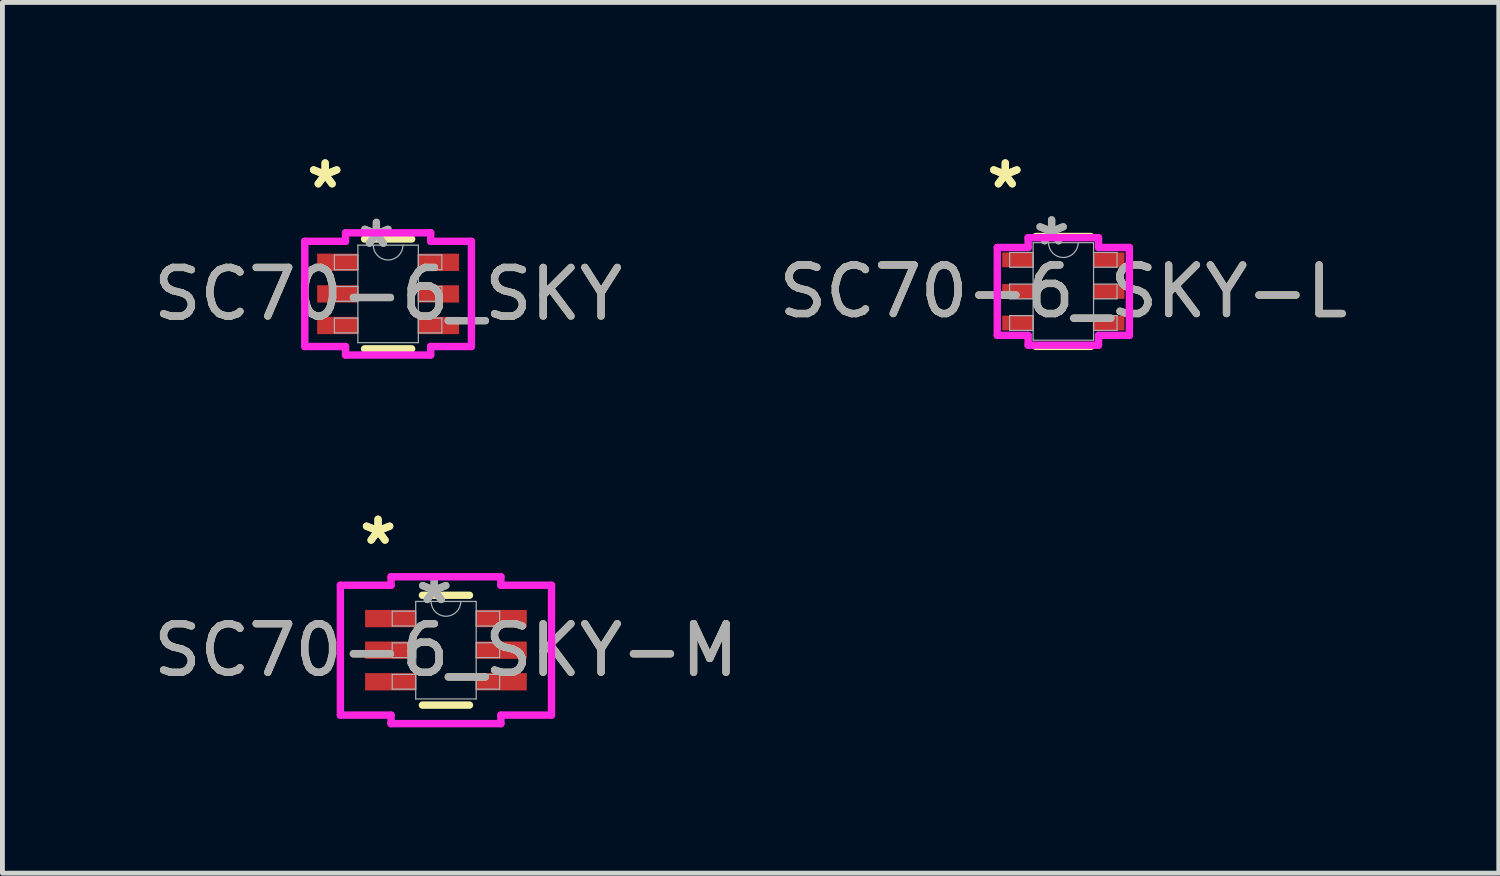
<source format=kicad_pcb>
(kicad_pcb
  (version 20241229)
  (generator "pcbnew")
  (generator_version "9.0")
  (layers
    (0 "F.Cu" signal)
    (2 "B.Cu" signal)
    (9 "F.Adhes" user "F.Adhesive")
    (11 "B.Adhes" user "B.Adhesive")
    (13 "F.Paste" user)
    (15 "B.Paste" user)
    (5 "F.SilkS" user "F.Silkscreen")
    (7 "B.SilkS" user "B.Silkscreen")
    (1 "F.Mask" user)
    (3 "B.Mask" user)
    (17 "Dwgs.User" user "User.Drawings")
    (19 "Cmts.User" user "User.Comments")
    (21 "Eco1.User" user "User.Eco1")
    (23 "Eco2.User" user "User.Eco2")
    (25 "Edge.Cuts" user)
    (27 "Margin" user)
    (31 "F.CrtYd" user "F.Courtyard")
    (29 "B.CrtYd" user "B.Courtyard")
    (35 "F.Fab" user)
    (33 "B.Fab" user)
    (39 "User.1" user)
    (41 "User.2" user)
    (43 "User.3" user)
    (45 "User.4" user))
  (footprint "SC70-6_SKY-M"
    (layer "F.Cu")
    (at 6.125 10.327)
    (property "Reference" "SC70-6_SKY-M" (at 0 0 0) (unlocked yes) (layer "F.SilkS") (effects (font (size 1 1) (thickness 0.15))))
    (attr smd)
    (fp_line (start -0.484 1.13) (end 0.484 1.13) (stroke (width 0.152) (type solid)) (layer "F.SilkS"))
    (fp_line (start 0.484 -1.13) (end -0.484 -1.13) (stroke (width 0.152) (type solid)) (layer "F.SilkS"))
    (fp_line (start -2.172 -1.336) (end -1.13 -1.336) (stroke (width 0.152) (type solid)) (layer "F.CrtYd"))
    (fp_line (start -2.172 1.336) (end -2.172 -1.336) (stroke (width 0.152) (type solid)) (layer "F.CrtYd"))
    (fp_line (start -2.172 1.336) (end -1.13 1.336) (stroke (width 0.152) (type solid)) (layer "F.CrtYd"))
    (fp_line (start -1.13 -1.511) (end 1.13 -1.511) (stroke (width 0.152) (type solid)) (layer "F.CrtYd"))
    (fp_line (start -1.13 -1.336) (end -1.13 -1.511) (stroke (width 0.152) (type solid)) (layer "F.CrtYd"))
    (fp_line (start -1.13 1.511) (end -1.13 1.336) (stroke (width 0.152) (type solid)) (layer "F.CrtYd"))
    (fp_line (start 1.13 -1.511) (end 1.13 -1.336) (stroke (width 0.152) (type solid)) (layer "F.CrtYd"))
    (fp_line (start 1.13 1.336) (end 1.13 1.511) (stroke (width 0.152) (type solid)) (layer "F.CrtYd"))
    (fp_line (start 1.13 1.511) (end -1.13 1.511) (stroke (width 0.152) (type solid)) (layer "F.CrtYd"))
    (fp_line (start 2.172 -1.336) (end 1.13 -1.336) (stroke (width 0.152) (type solid)) (layer "F.CrtYd"))
    (fp_line (start 2.172 -1.336) (end 2.172 1.336) (stroke (width 0.152) (type solid)) (layer "F.CrtYd"))
    (fp_line (start 2.172 1.336) (end 1.13 1.336) (stroke (width 0.152) (type solid)) (layer "F.CrtYd"))
    (fp_line (start -1.105 -0.802) (end -1.105 -0.498) (stroke (width 0.025) (type solid)) (layer "F.Fab"))
    (fp_line (start -1.105 -0.498) (end -0.622 -0.498) (stroke (width 0.025) (type solid)) (layer "F.Fab"))
    (fp_line (start -1.105 -0.152) (end -1.105 0.152) (stroke (width 0.025) (type solid)) (layer "F.Fab"))
    (fp_line (start -1.105 0.152) (end -0.622 0.152) (stroke (width 0.025) (type solid)) (layer "F.Fab"))
    (fp_line (start -1.105 0.498) (end -1.105 0.802) (stroke (width 0.025) (type solid)) (layer "F.Fab"))
    (fp_line (start -1.105 0.802) (end -0.622 0.802) (stroke (width 0.025) (type solid)) (layer "F.Fab"))
    (fp_line (start -0.622 -1.003) (end -0.622 1.003) (stroke (width 0.025) (type solid)) (layer "F.Fab"))
    (fp_line (start -0.622 -0.802) (end -1.105 -0.802) (stroke (width 0.025) (type solid)) (layer "F.Fab"))
    (fp_line (start -0.622 -0.498) (end -0.622 -0.802) (stroke (width 0.025) (type solid)) (layer "F.Fab"))
    (fp_line (start -0.622 -0.152) (end -1.105 -0.152) (stroke (width 0.025) (type solid)) (layer "F.Fab"))
    (fp_line (start -0.622 0.152) (end -0.622 -0.152) (stroke (width 0.025) (type solid)) (layer "F.Fab"))
    (fp_line (start -0.622 0.498) (end -1.105 0.498) (stroke (width 0.025) (type solid)) (layer "F.Fab"))
    (fp_line (start -0.622 0.802) (end -0.622 0.498) (stroke (width 0.025) (type solid)) (layer "F.Fab"))
    (fp_line (start -0.622 1.003) (end 0.622 1.003) (stroke (width 0.025) (type solid)) (layer "F.Fab"))
    (fp_line (start 0.622 -1.003) (end -0.622 -1.003) (stroke (width 0.025) (type solid)) (layer "F.Fab"))
    (fp_line (start 0.622 -0.802) (end 0.622 -0.498) (stroke (width 0.025) (type solid)) (layer "F.Fab"))
    (fp_line (start 0.622 -0.498) (end 1.105 -0.498) (stroke (width 0.025) (type solid)) (layer "F.Fab"))
    (fp_line (start 0.622 -0.152) (end 0.622 0.152) (stroke (width 0.025) (type solid)) (layer "F.Fab"))
    (fp_line (start 0.622 0.152) (end 1.105 0.152) (stroke (width 0.025) (type solid)) (layer "F.Fab"))
    (fp_line (start 0.622 0.498) (end 0.622 0.802) (stroke (width 0.025) (type solid)) (layer "F.Fab"))
    (fp_line (start 0.622 0.802) (end 1.105 0.802) (stroke (width 0.025) (type solid)) (layer "F.Fab"))
    (fp_line (start 0.622 1.003) (end 0.622 -1.003) (stroke (width 0.025) (type solid)) (layer "F.Fab"))
    (fp_line (start 1.105 -0.802) (end 0.622 -0.802) (stroke (width 0.025) (type solid)) (layer "F.Fab"))
    (fp_line (start 1.105 -0.498) (end 1.105 -0.802) (stroke (width 0.025) (type solid)) (layer "F.Fab"))
    (fp_line (start 1.105 -0.152) (end 0.622 -0.152) (stroke (width 0.025) (type solid)) (layer "F.Fab"))
    (fp_line (start 1.105 0.152) (end 1.105 -0.152) (stroke (width 0.025) (type solid)) (layer "F.Fab"))
    (fp_line (start 1.105 0.498) (end 0.622 0.498) (stroke (width 0.025) (type solid)) (layer "F.Fab"))
    (fp_line (start 1.105 0.802) (end 1.105 0.498) (stroke (width 0.025) (type solid)) (layer "F.Fab"))
    (fp_arc (start 0.3048 -1.0033) (mid 0 -0.6985) (end -0.3048 -1.0033) (stroke (width 0.0254) (type solid)) (layer "F.Fab"))
    (fp_text user "*" (at -1.397 -2.149 0) (unlocked yes) (layer "F.SilkS") (effects (font (size 1 1) (thickness 0.15))))
    (fp_text user "*" (at -1.397 -2.149 0) (layer "F.SilkS") (effects (font (size 1 1) (thickness 0.15))))
    (fp_text user "*" (at -0.241 -0.927 0) (unlocked yes) (layer "F.Fab") (effects (font (size 1 1) (thickness 0.15))))
    (fp_text user "${REFERENCE}" (at 0 0 0) (unlocked yes) (layer "F.Fab") (effects (font (size 1 1) (thickness 0.15))))
    (fp_text user "*" (at -0.241 -0.927 0) (layer "F.Fab") (effects (font (size 1 1) (thickness 0.15))))
    (pad "1" smd rect (at -1.143 -0.65) (size 1.041 0.356) (layers "F.Cu" "F.Mask" "F.Paste"))
    (pad "2" smd rect (at -1.143 0) (size 1.041 0.356) (layers "F.Cu" "F.Mask" "F.Paste"))
    (pad "3" smd rect (at -1.143 0.65) (size 1.041 0.356) (layers "F.Cu" "F.Mask" "F.Paste"))
    (pad "4" smd rect (at 1.143 0.65) (size 1.041 0.356) (layers "F.Cu" "F.Mask" "F.Paste"))
    (pad "5" smd rect (at 1.143 0) (size 1.041 0.356) (layers "F.Cu" "F.Mask" "F.Paste"))
    (pad "6" smd rect (at 1.143 -0.65) (size 1.041 0.356) (layers "F.Cu" "F.Mask" "F.Paste")))
  (footprint "SC70-6_SKY"
    (layer "F.Cu")
    (at 4.935 2.997)
    (property "Reference" "SC70-6_SKY" (at 0 0 0) (unlocked yes) (layer "F.SilkS") (effects (font (size 1 1) (thickness 0.15))))
    (attr smd)
    (fp_line (start -0.484 1.13) (end 0.484 1.13) (stroke (width 0.152) (type solid)) (layer "F.SilkS"))
    (fp_line (start 0.484 -1.13) (end -0.484 -1.13) (stroke (width 0.152) (type solid)) (layer "F.SilkS"))
    (fp_line (start -1.714 -1.082) (end -0.876 -1.082) (stroke (width 0.152) (type solid)) (layer "F.CrtYd"))
    (fp_line (start -1.714 1.082) (end -1.714 -1.082) (stroke (width 0.152) (type solid)) (layer "F.CrtYd"))
    (fp_line (start -1.714 1.082) (end -0.876 1.082) (stroke (width 0.152) (type solid)) (layer "F.CrtYd"))
    (fp_line (start -0.876 -1.257) (end 0.876 -1.257) (stroke (width 0.152) (type solid)) (layer "F.CrtYd"))
    (fp_line (start -0.876 -1.082) (end -0.876 -1.257) (stroke (width 0.152) (type solid)) (layer "F.CrtYd"))
    (fp_line (start -0.876 1.257) (end -0.876 1.082) (stroke (width 0.152) (type solid)) (layer "F.CrtYd"))
    (fp_line (start 0.876 -1.257) (end 0.876 -1.082) (stroke (width 0.152) (type solid)) (layer "F.CrtYd"))
    (fp_line (start 0.876 1.082) (end 0.876 1.257) (stroke (width 0.152) (type solid)) (layer "F.CrtYd"))
    (fp_line (start 0.876 1.257) (end -0.876 1.257) (stroke (width 0.152) (type solid)) (layer "F.CrtYd"))
    (fp_line (start 1.714 -1.082) (end 0.876 -1.082) (stroke (width 0.152) (type solid)) (layer "F.CrtYd"))
    (fp_line (start 1.714 -1.082) (end 1.714 1.082) (stroke (width 0.152) (type solid)) (layer "F.CrtYd"))
    (fp_line (start 1.714 1.082) (end 0.876 1.082) (stroke (width 0.152) (type solid)) (layer "F.CrtYd"))
    (fp_line (start -1.105 -0.802) (end -1.105 -0.498) (stroke (width 0.025) (type solid)) (layer "F.Fab"))
    (fp_line (start -1.105 -0.498) (end -0.622 -0.498) (stroke (width 0.025) (type solid)) (layer "F.Fab"))
    (fp_line (start -1.105 -0.152) (end -1.105 0.152) (stroke (width 0.025) (type solid)) (layer "F.Fab"))
    (fp_line (start -1.105 0.152) (end -0.622 0.152) (stroke (width 0.025) (type solid)) (layer "F.Fab"))
    (fp_line (start -1.105 0.498) (end -1.105 0.802) (stroke (width 0.025) (type solid)) (layer "F.Fab"))
    (fp_line (start -1.105 0.802) (end -0.622 0.802) (stroke (width 0.025) (type solid)) (layer "F.Fab"))
    (fp_line (start -0.622 -1.003) (end -0.622 1.003) (stroke (width 0.025) (type solid)) (layer "F.Fab"))
    (fp_line (start -0.622 -0.802) (end -1.105 -0.802) (stroke (width 0.025) (type solid)) (layer "F.Fab"))
    (fp_line (start -0.622 -0.498) (end -0.622 -0.802) (stroke (width 0.025) (type solid)) (layer "F.Fab"))
    (fp_line (start -0.622 -0.152) (end -1.105 -0.152) (stroke (width 0.025) (type solid)) (layer "F.Fab"))
    (fp_line (start -0.622 0.152) (end -0.622 -0.152) (stroke (width 0.025) (type solid)) (layer "F.Fab"))
    (fp_line (start -0.622 0.498) (end -1.105 0.498) (stroke (width 0.025) (type solid)) (layer "F.Fab"))
    (fp_line (start -0.622 0.802) (end -0.622 0.498) (stroke (width 0.025) (type solid)) (layer "F.Fab"))
    (fp_line (start -0.622 1.003) (end 0.622 1.003) (stroke (width 0.025) (type solid)) (layer "F.Fab"))
    (fp_line (start 0.622 -1.003) (end -0.622 -1.003) (stroke (width 0.025) (type solid)) (layer "F.Fab"))
    (fp_line (start 0.622 -0.802) (end 0.622 -0.498) (stroke (width 0.025) (type solid)) (layer "F.Fab"))
    (fp_line (start 0.622 -0.498) (end 1.105 -0.498) (stroke (width 0.025) (type solid)) (layer "F.Fab"))
    (fp_line (start 0.622 -0.152) (end 0.622 0.152) (stroke (width 0.025) (type solid)) (layer "F.Fab"))
    (fp_line (start 0.622 0.152) (end 1.105 0.152) (stroke (width 0.025) (type solid)) (layer "F.Fab"))
    (fp_line (start 0.622 0.498) (end 0.622 0.802) (stroke (width 0.025) (type solid)) (layer "F.Fab"))
    (fp_line (start 0.622 0.802) (end 1.105 0.802) (stroke (width 0.025) (type solid)) (layer "F.Fab"))
    (fp_line (start 0.622 1.003) (end 0.622 -1.003) (stroke (width 0.025) (type solid)) (layer "F.Fab"))
    (fp_line (start 1.105 -0.802) (end 0.622 -0.802) (stroke (width 0.025) (type solid)) (layer "F.Fab"))
    (fp_line (start 1.105 -0.498) (end 1.105 -0.802) (stroke (width 0.025) (type solid)) (layer "F.Fab"))
    (fp_line (start 1.105 -0.152) (end 0.622 -0.152) (stroke (width 0.025) (type solid)) (layer "F.Fab"))
    (fp_line (start 1.105 0.152) (end 1.105 -0.152) (stroke (width 0.025) (type solid)) (layer "F.Fab"))
    (fp_line (start 1.105 0.498) (end 0.622 0.498) (stroke (width 0.025) (type solid)) (layer "F.Fab"))
    (fp_line (start 1.105 0.802) (end 1.105 0.498) (stroke (width 0.025) (type solid)) (layer "F.Fab"))
    (fp_arc (start 0.3048 -1.0033) (mid 0 -0.6985) (end -0.3048 -1.0033) (stroke (width 0.0254) (type solid)) (layer "F.Fab"))
    (fp_text user "*" (at -1.295 -2.149 0) (unlocked yes) (layer "F.SilkS") (effects (font (size 1 1) (thickness 0.15))))
    (fp_text user "*" (at -1.295 -2.149 0) (layer "F.SilkS") (effects (font (size 1 1) (thickness 0.15))))
    (fp_text user "${REFERENCE}" (at 0 0 0) (unlocked yes) (layer "F.Fab") (effects (font (size 1 1) (thickness 0.15))))
    (fp_text user "*" (at -0.241 -0.927 0) (unlocked yes) (layer "F.Fab") (effects (font (size 1 1) (thickness 0.15))))
    (fp_text user "*" (at -0.241 -0.927 0) (layer "F.Fab") (effects (font (size 1 1) (thickness 0.15))))
    (pad "1" smd rect (at -1.041 -0.65) (size 0.838 0.356) (layers "F.Cu" "F.Mask" "F.Paste"))
    (pad "2" smd rect (at -1.041 0) (size 0.838 0.356) (layers "F.Cu" "F.Mask" "F.Paste"))
    (pad "3" smd rect (at -1.041 0.65) (size 0.838 0.356) (layers "F.Cu" "F.Mask" "F.Paste"))
    (pad "4" smd rect (at 1.041 0.65) (size 0.838 0.356) (layers "F.Cu" "F.Mask" "F.Paste"))
    (pad "5" smd rect (at 1.041 0) (size 0.838 0.356) (layers "F.Cu" "F.Mask" "F.Paste"))
    (pad "6" smd rect (at 1.041 -0.65) (size 0.838 0.356) (layers "F.Cu" "F.Mask" "F.Paste")))
  (footprint "SC70-6_SKY-L"
    (layer "F.Cu")
    (at 18.827 2.946)
    (property "Reference" "SC70-6_SKY-L" (at 0 0 0) (unlocked yes) (layer "F.SilkS") (effects (font (size 1 1) (thickness 0.15))))
    (attr smd)
    (fp_line (start -0.566 1.13) (end 0.566 1.13) (stroke (width 0.152) (type solid)) (layer "F.SilkS"))
    (fp_line (start 0.566 -1.13) (end -0.566 -1.13) (stroke (width 0.152) (type solid)) (layer "F.SilkS"))
    (fp_line (start -1.359 -0.904) (end -0.724 -0.904) (stroke (width 0.152) (type solid)) (layer "F.CrtYd"))
    (fp_line (start -1.359 0.904) (end -1.359 -0.904) (stroke (width 0.152) (type solid)) (layer "F.CrtYd"))
    (fp_line (start -1.359 0.904) (end -0.724 0.904) (stroke (width 0.152) (type solid)) (layer "F.CrtYd"))
    (fp_line (start -0.724 -1.105) (end 0.724 -1.105) (stroke (width 0.152) (type solid)) (layer "F.CrtYd"))
    (fp_line (start -0.724 -0.904) (end -0.724 -1.105) (stroke (width 0.152) (type solid)) (layer "F.CrtYd"))
    (fp_line (start -0.724 1.105) (end -0.724 0.904) (stroke (width 0.152) (type solid)) (layer "F.CrtYd"))
    (fp_line (start 0.724 -1.105) (end 0.724 -0.904) (stroke (width 0.152) (type solid)) (layer "F.CrtYd"))
    (fp_line (start 0.724 0.904) (end 0.724 1.105) (stroke (width 0.152) (type solid)) (layer "F.CrtYd"))
    (fp_line (start 0.724 1.105) (end -0.724 1.105) (stroke (width 0.152) (type solid)) (layer "F.CrtYd"))
    (fp_line (start 1.359 -0.904) (end 0.724 -0.904) (stroke (width 0.152) (type solid)) (layer "F.CrtYd"))
    (fp_line (start 1.359 -0.904) (end 1.359 0.904) (stroke (width 0.152) (type solid)) (layer "F.CrtYd"))
    (fp_line (start 1.359 0.904) (end 0.724 0.904) (stroke (width 0.152) (type solid)) (layer "F.CrtYd"))
    (fp_line (start -1.105 -0.802) (end -1.105 -0.498) (stroke (width 0.025) (type solid)) (layer "F.Fab"))
    (fp_line (start -1.105 -0.498) (end -0.622 -0.498) (stroke (width 0.025) (type solid)) (layer "F.Fab"))
    (fp_line (start -1.105 -0.152) (end -1.105 0.152) (stroke (width 0.025) (type solid)) (layer "F.Fab"))
    (fp_line (start -1.105 0.152) (end -0.622 0.152) (stroke (width 0.025) (type solid)) (layer "F.Fab"))
    (fp_line (start -1.105 0.498) (end -1.105 0.802) (stroke (width 0.025) (type solid)) (layer "F.Fab"))
    (fp_line (start -1.105 0.802) (end -0.622 0.802) (stroke (width 0.025) (type solid)) (layer "F.Fab"))
    (fp_line (start -0.622 -1.003) (end -0.622 1.003) (stroke (width 0.025) (type solid)) (layer "F.Fab"))
    (fp_line (start -0.622 -0.802) (end -1.105 -0.802) (stroke (width 0.025) (type solid)) (layer "F.Fab"))
    (fp_line (start -0.622 -0.498) (end -0.622 -0.802) (stroke (width 0.025) (type solid)) (layer "F.Fab"))
    (fp_line (start -0.622 -0.152) (end -1.105 -0.152) (stroke (width 0.025) (type solid)) (layer "F.Fab"))
    (fp_line (start -0.622 0.152) (end -0.622 -0.152) (stroke (width 0.025) (type solid)) (layer "F.Fab"))
    (fp_line (start -0.622 0.498) (end -1.105 0.498) (stroke (width 0.025) (type solid)) (layer "F.Fab"))
    (fp_line (start -0.622 0.802) (end -0.622 0.498) (stroke (width 0.025) (type solid)) (layer "F.Fab"))
    (fp_line (start -0.622 1.003) (end 0.622 1.003) (stroke (width 0.025) (type solid)) (layer "F.Fab"))
    (fp_line (start 0.622 -1.003) (end -0.622 -1.003) (stroke (width 0.025) (type solid)) (layer "F.Fab"))
    (fp_line (start 0.622 -0.802) (end 0.622 -0.498) (stroke (width 0.025) (type solid)) (layer "F.Fab"))
    (fp_line (start 0.622 -0.498) (end 1.105 -0.498) (stroke (width 0.025) (type solid)) (layer "F.Fab"))
    (fp_line (start 0.622 -0.152) (end 0.622 0.152) (stroke (width 0.025) (type solid)) (layer "F.Fab"))
    (fp_line (start 0.622 0.152) (end 1.105 0.152) (stroke (width 0.025) (type solid)) (layer "F.Fab"))
    (fp_line (start 0.622 0.498) (end 0.622 0.802) (stroke (width 0.025) (type solid)) (layer "F.Fab"))
    (fp_line (start 0.622 0.802) (end 1.105 0.802) (stroke (width 0.025) (type solid)) (layer "F.Fab"))
    (fp_line (start 0.622 1.003) (end 0.622 -1.003) (stroke (width 0.025) (type solid)) (layer "F.Fab"))
    (fp_line (start 1.105 -0.802) (end 0.622 -0.802) (stroke (width 0.025) (type solid)) (layer "F.Fab"))
    (fp_line (start 1.105 -0.498) (end 1.105 -0.802) (stroke (width 0.025) (type solid)) (layer "F.Fab"))
    (fp_line (start 1.105 -0.152) (end 0.622 -0.152) (stroke (width 0.025) (type solid)) (layer "F.Fab"))
    (fp_line (start 1.105 0.152) (end 1.105 -0.152) (stroke (width 0.025) (type solid)) (layer "F.Fab"))
    (fp_line (start 1.105 0.498) (end 0.622 0.498) (stroke (width 0.025) (type solid)) (layer "F.Fab"))
    (fp_line (start 1.105 0.802) (end 1.105 0.498) (stroke (width 0.025) (type solid)) (layer "F.Fab"))
    (fp_arc (start 0.3048 -1.0033) (mid 0 -0.6985) (end -0.3048 -1.0033) (stroke (width 0.0254) (type solid)) (layer "F.Fab"))
    (fp_text user "*" (at -1.194 -2.098 0) (unlocked yes) (layer "F.SilkS") (effects (font (size 1 1) (thickness 0.15))))
    (fp_text user "*" (at -1.194 -2.098 0) (layer "F.SilkS") (effects (font (size 1 1) (thickness 0.15))))
    (fp_text user "*" (at -0.241 -0.927 0) (layer "F.Fab") (effects (font (size 1 1) (thickness 0.15))))
    (fp_text user "*" (at -0.241 -0.927 0) (unlocked yes) (layer "F.Fab") (effects (font (size 1 1) (thickness 0.15))))
    (fp_text user "${REFERENCE}" (at 0 0 0) (unlocked yes) (layer "F.Fab") (effects (font (size 1 1) (thickness 0.15))))
    (pad "1" smd rect (at -0.94 -0.65) (size 0.635 0.305) (layers "F.Cu" "F.Mask" "F.Paste"))
    (pad "2" smd rect (at -0.94 0) (size 0.635 0.305) (layers "F.Cu" "F.Mask" "F.Paste"))
    (pad "3" smd rect (at -0.94 0.65) (size 0.635 0.305) (layers "F.Cu" "F.Mask" "F.Paste"))
    (pad "4" smd rect (at 0.94 0.65) (size 0.635 0.305) (layers "F.Cu" "F.Mask" "F.Paste"))
    (pad "5" smd rect (at 0.94 0) (size 0.635 0.305) (layers "F.Cu" "F.Mask" "F.Paste"))
    (pad "6" smd rect (at 0.94 -0.65) (size 0.635 0.305) (layers "F.Cu" "F.Mask" "F.Paste")))
  (gr_rect
    (start -3 -3)
    (end 27.786 14.915)
    (stroke (width 0.1) (type default))
    (fill no)
    (layer "Edge.Cuts")))
</source>
